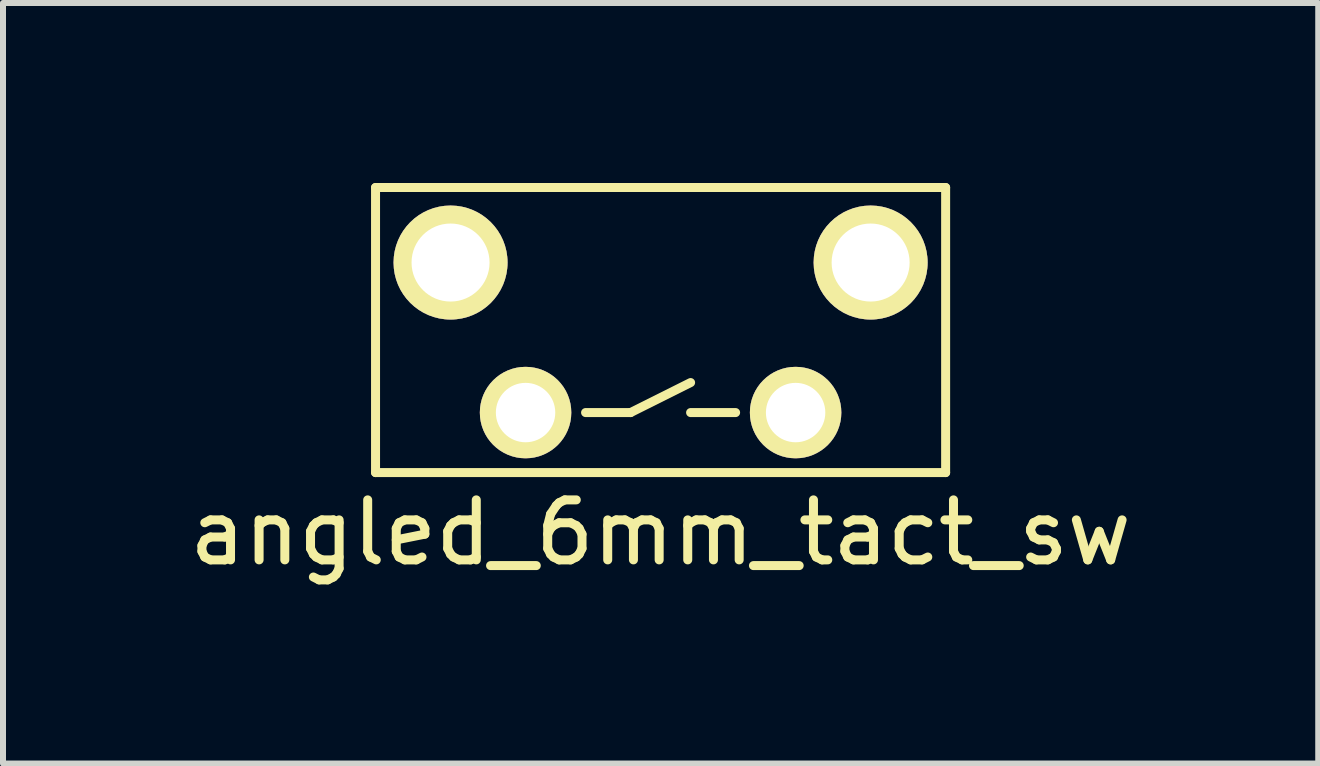
<source format=kicad_pcb>
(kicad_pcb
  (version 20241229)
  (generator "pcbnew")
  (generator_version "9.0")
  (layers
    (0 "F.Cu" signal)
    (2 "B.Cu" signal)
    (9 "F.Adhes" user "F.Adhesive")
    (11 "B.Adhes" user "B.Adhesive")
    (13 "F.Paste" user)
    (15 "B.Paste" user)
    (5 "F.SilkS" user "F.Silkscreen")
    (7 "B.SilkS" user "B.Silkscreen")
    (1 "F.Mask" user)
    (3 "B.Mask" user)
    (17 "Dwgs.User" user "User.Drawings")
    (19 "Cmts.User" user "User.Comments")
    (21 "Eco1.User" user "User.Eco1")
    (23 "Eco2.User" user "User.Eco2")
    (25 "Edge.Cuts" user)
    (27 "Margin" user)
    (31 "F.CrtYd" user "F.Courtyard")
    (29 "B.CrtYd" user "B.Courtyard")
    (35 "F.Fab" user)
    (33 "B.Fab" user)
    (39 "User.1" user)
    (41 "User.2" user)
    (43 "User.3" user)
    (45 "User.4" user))
  (footprint "angled_6mm_tact_sw"
    (layer "F.Cu")
    (at 7.958 3.825)
    (property "Reference" "angled_6mm_tact_sw" (at 0 2 0) (layer "F.SilkS") (effects (font (size 1 1) (thickness 0.15))))
    (attr through_hole)
    (fp_line (start -4.75 -3.75) (end -4.75 1) (stroke (width 0.15) (type solid)) (layer "F.SilkS"))
    (fp_line (start -4.75 1) (end 4.75 1) (stroke (width 0.15) (type solid)) (layer "F.SilkS"))
    (fp_line (start -1.25 0) (end -0.5 0) (stroke (width 0.15) (type solid)) (layer "F.SilkS"))
    (fp_line (start -0.5 0) (end 0.5 -0.5) (stroke (width 0.15) (type solid)) (layer "F.SilkS"))
    (fp_line (start 0.5 0) (end 1.25 0) (stroke (width 0.15) (type solid)) (layer "F.SilkS"))
    (fp_line (start 4.75 -3.75) (end -4.75 -3.75) (stroke (width 0.15) (type solid)) (layer "F.SilkS"))
    (fp_line (start 4.75 1) (end 4.75 -3.75) (stroke (width 0.15) (type solid)) (layer "F.SilkS"))
    (pad "1" thru_hole circle (at -2.25 0) (size 1.524 1.524) (drill 0.99) (layers "*.Cu" "*.Mask" "F.SilkS"))
    (pad "2" thru_hole circle (at 2.25 0) (size 1.524 1.524) (drill 0.99) (layers "*.Cu" "*.Mask" "F.SilkS"))
    (pad "3" thru_hole circle (at -3.5 -2.5) (size 1.9 1.9) (drill 1.3) (layers "*.Cu" "*.Mask" "F.SilkS"))
    (pad "4" thru_hole circle (at 3.5 -2.5) (size 1.9 1.9) (drill 1.3) (layers "*.Cu" "*.Mask" "F.SilkS")))
  (gr_rect
    (start -3 -3)
    (end 18.917 9.673)
    (stroke (width 0.1) (type default))
    (fill no)
    (layer "Edge.Cuts")))
</source>
